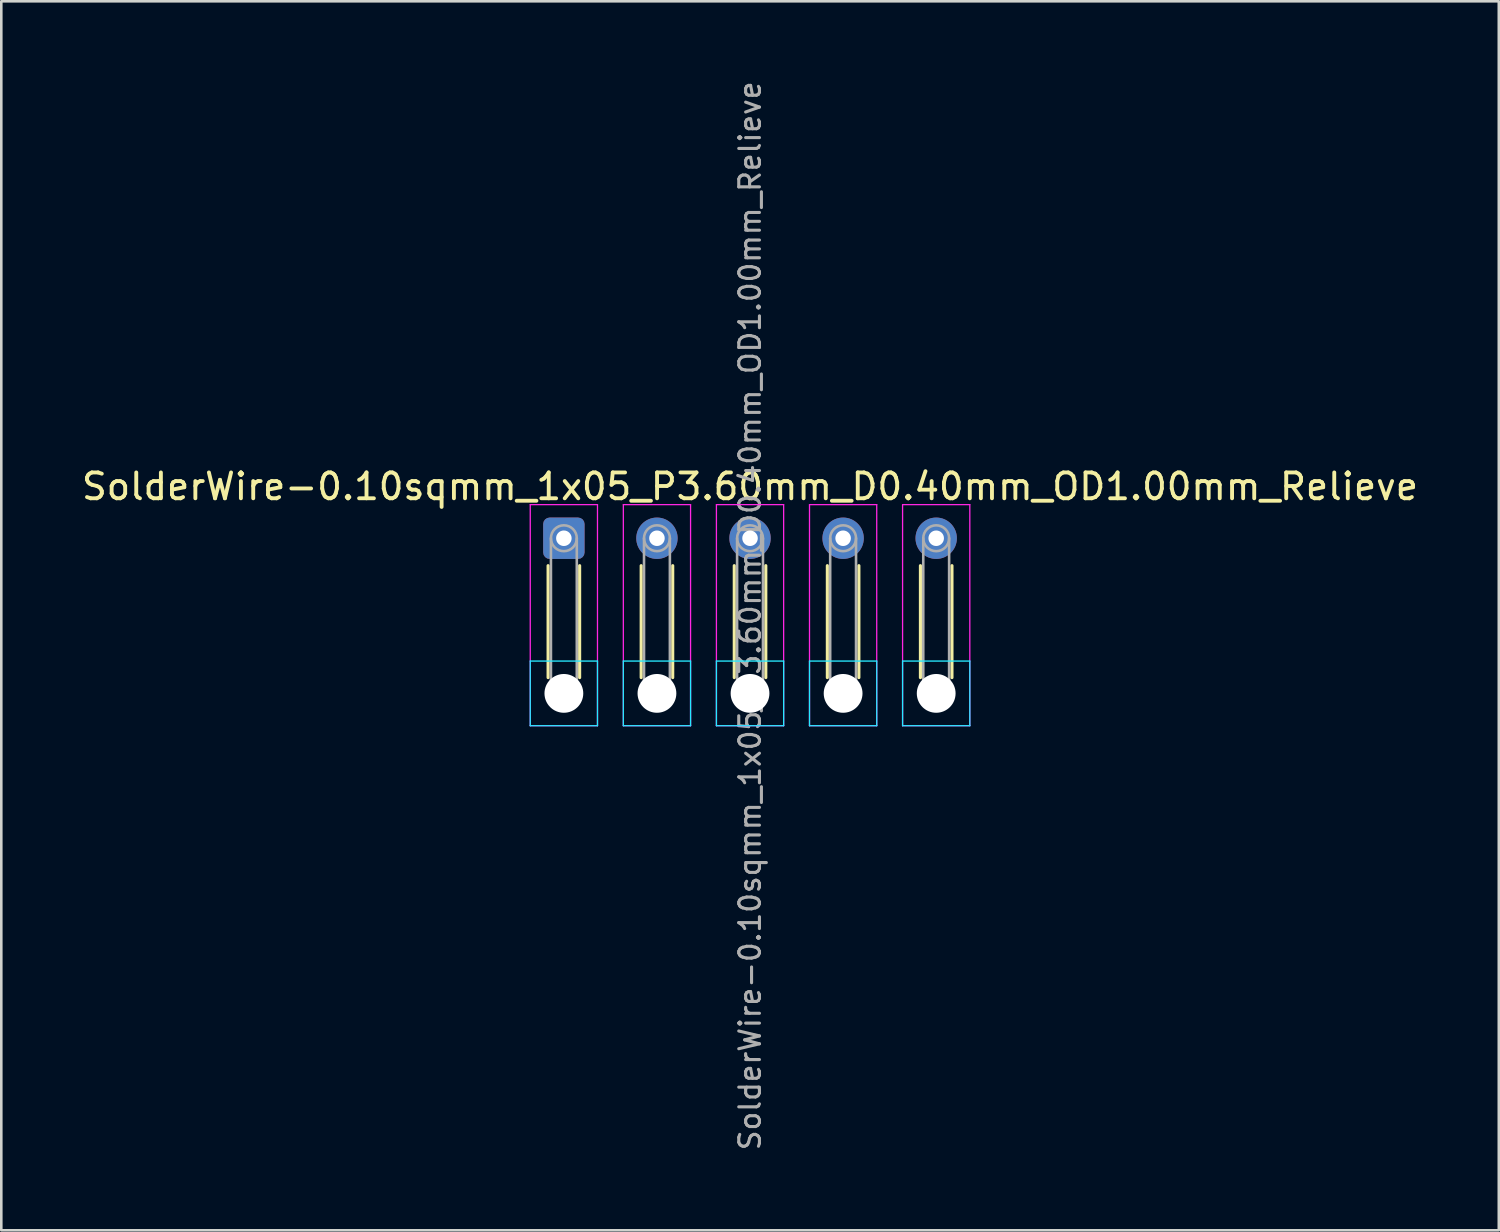
<source format=kicad_pcb>
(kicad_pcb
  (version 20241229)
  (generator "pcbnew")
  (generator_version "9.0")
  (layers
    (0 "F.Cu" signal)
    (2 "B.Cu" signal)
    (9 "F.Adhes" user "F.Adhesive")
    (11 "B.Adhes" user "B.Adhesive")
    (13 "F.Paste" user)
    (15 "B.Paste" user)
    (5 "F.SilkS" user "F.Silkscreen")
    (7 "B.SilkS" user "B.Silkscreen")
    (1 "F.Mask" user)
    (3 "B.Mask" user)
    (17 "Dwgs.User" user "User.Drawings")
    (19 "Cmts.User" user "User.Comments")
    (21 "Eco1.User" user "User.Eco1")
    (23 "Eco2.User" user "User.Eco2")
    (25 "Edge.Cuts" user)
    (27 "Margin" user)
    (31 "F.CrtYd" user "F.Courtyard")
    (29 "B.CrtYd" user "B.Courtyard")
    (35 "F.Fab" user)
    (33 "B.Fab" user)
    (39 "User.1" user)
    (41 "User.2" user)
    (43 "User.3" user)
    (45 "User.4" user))
  (footprint "SolderWire-0.10sqmm_1x05_P3.60mm_D0.40mm_OD1.00mm_Relieve"
    (layer "F.Cu")
    (at 18.758 17.767)
    (property "Reference" "SolderWire-0.10sqmm_1x05_P3.60mm_D0.40mm_OD1.00mm_Relieve" (at 7.2 -2 0) (layer "F.SilkS") (effects (font (size 1 1) (thickness 0.15))))
    (attr exclude_from_pos_files exclude_from_bom)
    (fp_line (start -0.61 1.06) (end -0.61 5.39) (stroke (width 0.12) (type solid)) (layer "F.SilkS"))
    (fp_line (start 0.61 1.06) (end 0.61 5.39) (stroke (width 0.12) (type solid)) (layer "F.SilkS"))
    (fp_line (start 2.99 1.06) (end 2.99 5.39) (stroke (width 0.12) (type solid)) (layer "F.SilkS"))
    (fp_line (start 4.21 1.06) (end 4.21 5.39) (stroke (width 0.12) (type solid)) (layer "F.SilkS"))
    (fp_line (start 6.59 1.06) (end 6.59 5.39) (stroke (width 0.12) (type solid)) (layer "F.SilkS"))
    (fp_line (start 7.81 1.06) (end 7.81 5.39) (stroke (width 0.12) (type solid)) (layer "F.SilkS"))
    (fp_line (start 10.19 1.06) (end 10.19 5.39) (stroke (width 0.12) (type solid)) (layer "F.SilkS"))
    (fp_line (start 11.41 1.06) (end 11.41 5.39) (stroke (width 0.12) (type solid)) (layer "F.SilkS"))
    (fp_line (start 13.79 1.06) (end 13.79 5.39) (stroke (width 0.12) (type solid)) (layer "F.SilkS"))
    (fp_line (start 15.01 1.06) (end 15.01 5.39) (stroke (width 0.12) (type solid)) (layer "F.SilkS"))
    (fp_line (start -1.3 4.75) (end -1.3 7.25) (stroke (width 0.05) (type solid)) (layer "B.CrtYd"))
    (fp_line (start -1.3 7.25) (end 1.3 7.25) (stroke (width 0.05) (type solid)) (layer "B.CrtYd"))
    (fp_line (start 1.3 4.75) (end -1.3 4.75) (stroke (width 0.05) (type solid)) (layer "B.CrtYd"))
    (fp_line (start 1.3 7.25) (end 1.3 4.75) (stroke (width 0.05) (type solid)) (layer "B.CrtYd"))
    (fp_line (start 2.3 4.75) (end 2.3 7.25) (stroke (width 0.05) (type solid)) (layer "B.CrtYd"))
    (fp_line (start 2.3 7.25) (end 4.9 7.25) (stroke (width 0.05) (type solid)) (layer "B.CrtYd"))
    (fp_line (start 4.9 4.75) (end 2.3 4.75) (stroke (width 0.05) (type solid)) (layer "B.CrtYd"))
    (fp_line (start 4.9 7.25) (end 4.9 4.75) (stroke (width 0.05) (type solid)) (layer "B.CrtYd"))
    (fp_line (start 5.9 4.75) (end 5.9 7.25) (stroke (width 0.05) (type solid)) (layer "B.CrtYd"))
    (fp_line (start 5.9 7.25) (end 8.5 7.25) (stroke (width 0.05) (type solid)) (layer "B.CrtYd"))
    (fp_line (start 8.5 4.75) (end 5.9 4.75) (stroke (width 0.05) (type solid)) (layer "B.CrtYd"))
    (fp_line (start 8.5 7.25) (end 8.5 4.75) (stroke (width 0.05) (type solid)) (layer "B.CrtYd"))
    (fp_line (start 9.5 4.75) (end 9.5 7.25) (stroke (width 0.05) (type solid)) (layer "B.CrtYd"))
    (fp_line (start 9.5 7.25) (end 12.1 7.25) (stroke (width 0.05) (type solid)) (layer "B.CrtYd"))
    (fp_line (start 12.1 4.75) (end 9.5 4.75) (stroke (width 0.05) (type solid)) (layer "B.CrtYd"))
    (fp_line (start 12.1 7.25) (end 12.1 4.75) (stroke (width 0.05) (type solid)) (layer "B.CrtYd"))
    (fp_line (start 13.1 4.75) (end 13.1 7.25) (stroke (width 0.05) (type solid)) (layer "B.CrtYd"))
    (fp_line (start 13.1 7.25) (end 15.7 7.25) (stroke (width 0.05) (type solid)) (layer "B.CrtYd"))
    (fp_line (start 15.7 4.75) (end 13.1 4.75) (stroke (width 0.05) (type solid)) (layer "B.CrtYd"))
    (fp_line (start 15.7 7.25) (end 15.7 4.75) (stroke (width 0.05) (type solid)) (layer "B.CrtYd"))
    (fp_line (start -1.3 -1.3) (end -1.3 7.25) (stroke (width 0.05) (type solid)) (layer "F.CrtYd"))
    (fp_line (start -1.3 7.25) (end 1.3 7.25) (stroke (width 0.05) (type solid)) (layer "F.CrtYd"))
    (fp_line (start 1.3 -1.3) (end -1.3 -1.3) (stroke (width 0.05) (type solid)) (layer "F.CrtYd"))
    (fp_line (start 1.3 7.25) (end 1.3 -1.3) (stroke (width 0.05) (type solid)) (layer "F.CrtYd"))
    (fp_line (start 2.3 -1.3) (end 2.3 7.25) (stroke (width 0.05) (type solid)) (layer "F.CrtYd"))
    (fp_line (start 2.3 7.25) (end 4.9 7.25) (stroke (width 0.05) (type solid)) (layer "F.CrtYd"))
    (fp_line (start 4.9 -1.3) (end 2.3 -1.3) (stroke (width 0.05) (type solid)) (layer "F.CrtYd"))
    (fp_line (start 4.9 7.25) (end 4.9 -1.3) (stroke (width 0.05) (type solid)) (layer "F.CrtYd"))
    (fp_line (start 5.9 -1.3) (end 5.9 7.25) (stroke (width 0.05) (type solid)) (layer "F.CrtYd"))
    (fp_line (start 5.9 7.25) (end 8.5 7.25) (stroke (width 0.05) (type solid)) (layer "F.CrtYd"))
    (fp_line (start 8.5 -1.3) (end 5.9 -1.3) (stroke (width 0.05) (type solid)) (layer "F.CrtYd"))
    (fp_line (start 8.5 7.25) (end 8.5 -1.3) (stroke (width 0.05) (type solid)) (layer "F.CrtYd"))
    (fp_line (start 9.5 -1.3) (end 9.5 7.25) (stroke (width 0.05) (type solid)) (layer "F.CrtYd"))
    (fp_line (start 9.5 7.25) (end 12.1 7.25) (stroke (width 0.05) (type solid)) (layer "F.CrtYd"))
    (fp_line (start 12.1 -1.3) (end 9.5 -1.3) (stroke (width 0.05) (type solid)) (layer "F.CrtYd"))
    (fp_line (start 12.1 7.25) (end 12.1 -1.3) (stroke (width 0.05) (type solid)) (layer "F.CrtYd"))
    (fp_line (start 13.1 -1.3) (end 13.1 7.25) (stroke (width 0.05) (type solid)) (layer "F.CrtYd"))
    (fp_line (start 13.1 7.25) (end 15.7 7.25) (stroke (width 0.05) (type solid)) (layer "F.CrtYd"))
    (fp_line (start 15.7 -1.3) (end 13.1 -1.3) (stroke (width 0.05) (type solid)) (layer "F.CrtYd"))
    (fp_line (start 15.7 7.25) (end 15.7 -1.3) (stroke (width 0.05) (type solid)) (layer "F.CrtYd"))
    (fp_line (start -0.5 0) (end -0.5 6) (stroke (width 0.1) (type solid)) (layer "F.Fab"))
    (fp_line (start 0.5 0) (end 0.5 6) (stroke (width 0.1) (type solid)) (layer "F.Fab"))
    (fp_line (start 3.1 0) (end 3.1 6) (stroke (width 0.1) (type solid)) (layer "F.Fab"))
    (fp_line (start 4.1 0) (end 4.1 6) (stroke (width 0.1) (type solid)) (layer "F.Fab"))
    (fp_line (start 6.7 0) (end 6.7 6) (stroke (width 0.1) (type solid)) (layer "F.Fab"))
    (fp_line (start 7.7 0) (end 7.7 6) (stroke (width 0.1) (type solid)) (layer "F.Fab"))
    (fp_line (start 10.3 0) (end 10.3 6) (stroke (width 0.1) (type solid)) (layer "F.Fab"))
    (fp_line (start 11.3 0) (end 11.3 6) (stroke (width 0.1) (type solid)) (layer "F.Fab"))
    (fp_line (start 13.9 0) (end 13.9 6) (stroke (width 0.1) (type solid)) (layer "F.Fab"))
    (fp_line (start 14.9 0) (end 14.9 6) (stroke (width 0.1) (type solid)) (layer "F.Fab"))
    (fp_circle (center 0 0) (end 0.5 0) (stroke (width 0.1) (type solid)) (fill no) (layer "F.Fab"))
    (fp_circle (center 0 6) (end 0.5 6) (stroke (width 0.1) (type solid)) (fill no) (layer "F.Fab"))
    (fp_circle (center 3.6 0) (end 4.1 0) (stroke (width 0.1) (type solid)) (fill no) (layer "F.Fab"))
    (fp_circle (center 3.6 6) (end 4.1 6) (stroke (width 0.1) (type solid)) (fill no) (layer "F.Fab"))
    (fp_circle (center 7.2 0) (end 7.7 0) (stroke (width 0.1) (type solid)) (fill no) (layer "F.Fab"))
    (fp_circle (center 7.2 6) (end 7.7 6) (stroke (width 0.1) (type solid)) (fill no) (layer "F.Fab"))
    (fp_circle (center 10.8 0) (end 11.3 0) (stroke (width 0.1) (type solid)) (fill no) (layer "F.Fab"))
    (fp_circle (center 10.8 6) (end 11.3 6) (stroke (width 0.1) (type solid)) (fill no) (layer "F.Fab"))
    (fp_circle (center 14.4 0) (end 14.9 0) (stroke (width 0.1) (type solid)) (fill no) (layer "F.Fab"))
    (fp_circle (center 14.4 6) (end 14.9 6) (stroke (width 0.1) (type solid)) (fill no) (layer "F.Fab"))
    (fp_text user "${REFERENCE}" (at 7.2 3 90) (layer "F.Fab") (effects (font (size 0.8 0.8) (thickness 0.12))))
    (pad "" np_thru_hole circle (at 0 6) (size 1.5 1.5) (drill 1.5) (layers "*.Cu" "*.Mask"))
    (pad "" np_thru_hole circle (at 3.6 6) (size 1.5 1.5) (drill 1.5) (layers "*.Cu" "*.Mask"))
    (pad "" np_thru_hole circle (at 7.2 6) (size 1.5 1.5) (drill 1.5) (layers "*.Cu" "*.Mask"))
    (pad "" np_thru_hole circle (at 10.8 6) (size 1.5 1.5) (drill 1.5) (layers "*.Cu" "*.Mask"))
    (pad "" np_thru_hole circle (at 14.4 6) (size 1.5 1.5) (drill 1.5) (layers "*.Cu" "*.Mask"))
    (pad "1" thru_hole roundrect (at 0 0) (size 1.6 1.6) (drill 0.6) (layers "*.Cu" "*.Mask") (roundrect_rratio 0.156))
    (pad "2" thru_hole circle (at 3.6 0) (size 1.6 1.6) (drill 0.6) (layers "*.Cu" "*.Mask"))
    (pad "3" thru_hole circle (at 7.2 0) (size 1.6 1.6) (drill 0.6) (layers "*.Cu" "*.Mask"))
    (pad "4" thru_hole circle (at 10.8 0) (size 1.6 1.6) (drill 0.6) (layers "*.Cu" "*.Mask"))
    (pad "5" thru_hole circle (at 14.4 0) (size 1.6 1.6) (drill 0.6) (layers "*.Cu" "*.Mask")))
  (gr_rect
    (start -3 -3)
    (end 54.917 44.533)
    (stroke (width 0.1) (type default))
    (fill no)
    (layer "Edge.Cuts")))
</source>
